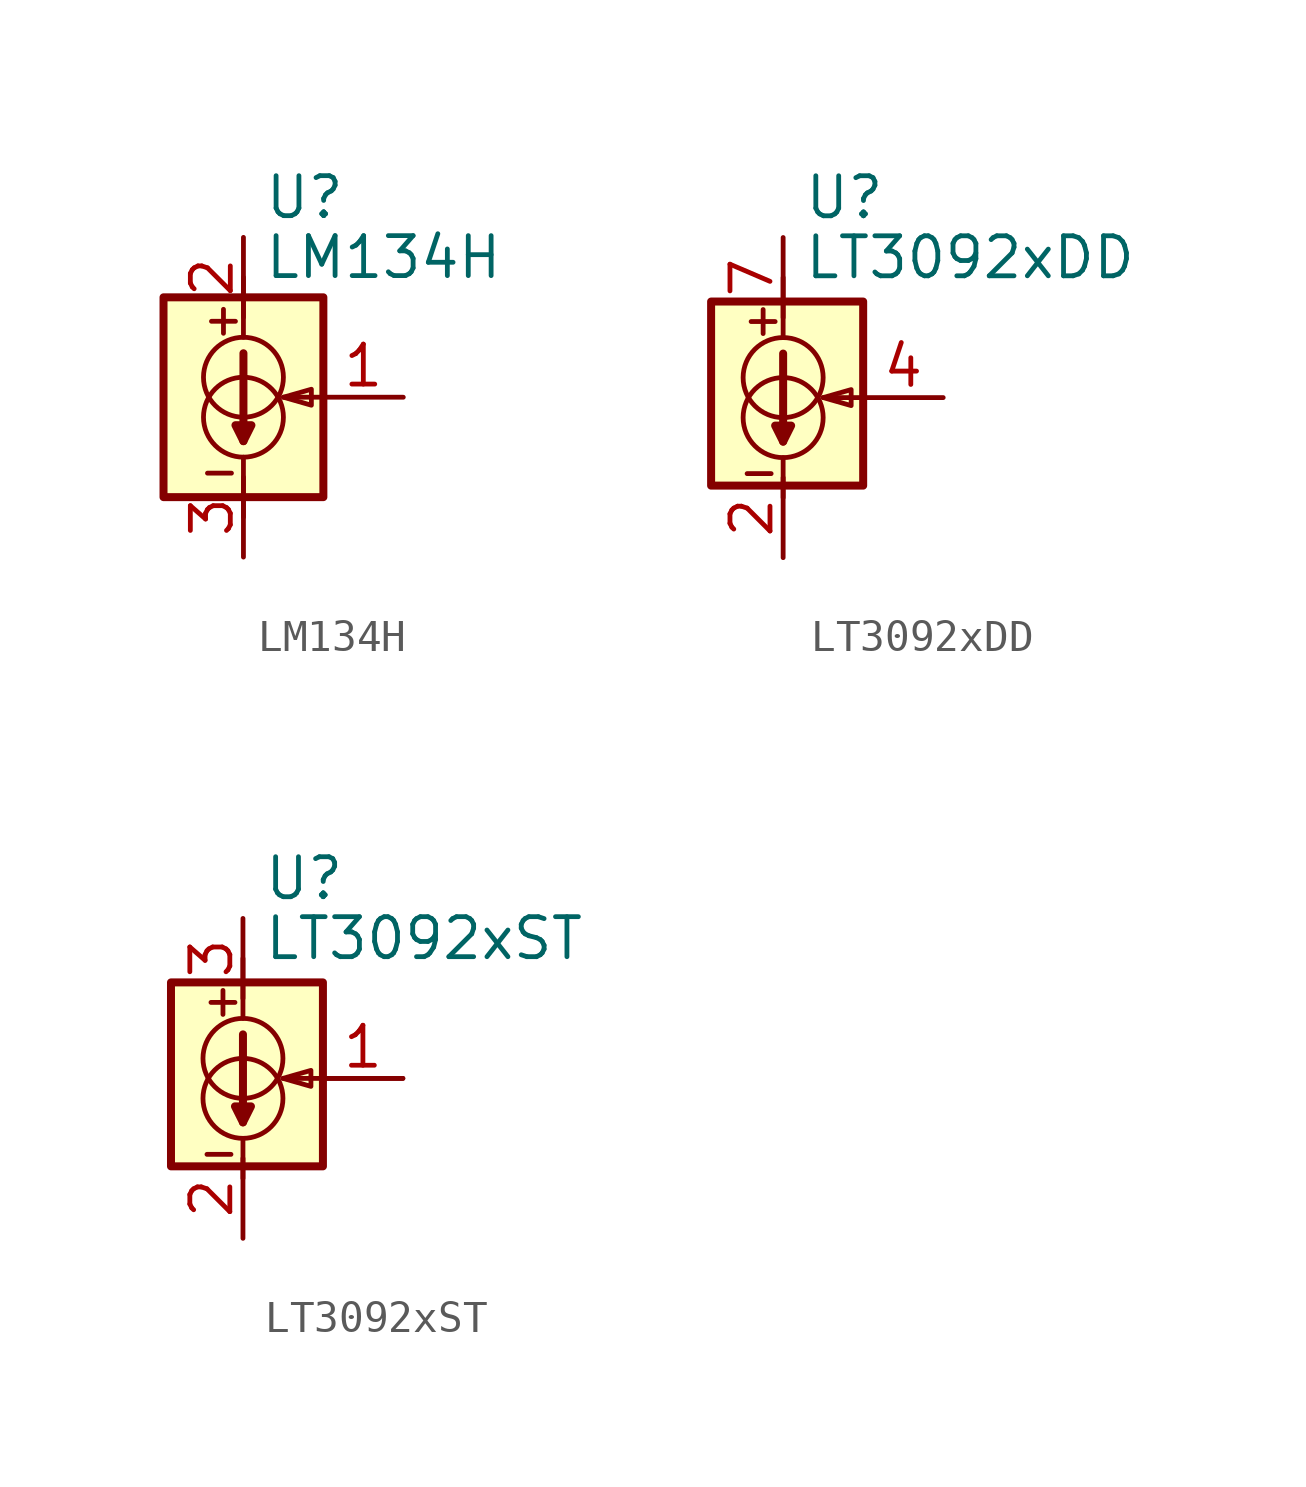
<source format=kicad_sym>
(kicad_symbol_lib
  (version 20220914)
  (generator kicad_symbol_editor)
  (symbol "LM134H"
    (property "Reference" "U"
      (at 0.635 6.35 0)
      (effects (font (size 1.27 1.27)) (justify left)))
    (property "Value" "LM134H"
      (at 0.635 4.445 0)
      (effects (font (size 1.27 1.27)) (justify left)))
    (symbol "LM134H_0_1"
      (rectangle (start -2.54 3.175) (end 2.54 -3.175) (stroke (width 0.254) (type default)) (fill (type background)))
      (circle (center 0 -0.635) (radius 1.27) (stroke (width 0) (type default)) (fill (type none)))
      (polyline (pts (xy -1.143 -2.413) (xy -0.381 -2.413)) (stroke (width 0) (type default)) (fill (type none)))
      (polyline (pts (xy -1.016 2.413) (xy -0.254 2.413)) (stroke (width 0) (type default)) (fill (type none)))
      (polyline (pts (xy -0.635 2.794) (xy -0.635 2.032)) (stroke (width 0) (type default)) (fill (type none)))
      (polyline (pts (xy 0 -1.905) (xy 0 -3.81)) (stroke (width 0) (type default)) (fill (type none)))
      (polyline (pts (xy 0 1.397) (xy 0 -1.397)) (stroke (width 0.254) (type default)) (fill (type none)))
      (polyline (pts (xy 0 3.81) (xy 0 1.905)) (stroke (width 0) (type default)) (fill (type none)))
      (polyline (pts (xy 2.54 0) (xy 1.27 0)) (stroke (width 0) (type default)) (fill (type none)))
      (polyline (pts (xy 0 -1.397) (xy -0.254 -0.889) (xy 0.254 -0.889) (xy 0 -1.397)) (stroke (width 0.254) (type default)) (fill (type none)))
      (polyline (pts (xy 1.27 0) (xy 2.159 0.254) (xy 2.159 -0.254) (xy 1.27 0)) (stroke (width 0) (type default)) (fill (type none)))
      (circle (center 0 0.635) (radius 1.27) (stroke (width 0) (type default)) (fill (type none))))
    (symbol "LM134H_1_1"
      (pin passive line (at 5.08 0 180) (length 2.54) (name "~" (effects (font (size 1.27 1.27)))) (number "1" (effects (font (size 1.27 1.27)))))
      (pin passive line (at 0 5.08 270) (length 2.54) (name "~" (effects (font (size 1.27 1.27)))) (number "2" (effects (font (size 1.27 1.27)))))
      (pin passive line (at 0 -5.08 90) (length 2.54) (name "~" (effects (font (size 1.27 1.27)))) (number "3" (effects (font (size 1.27 1.27)))))))
  (symbol "LT3092xDD"
    (property "Reference" "U"
      (at 0.635 6.35 0)
      (effects (font (size 1.27 1.27)) (justify left)))
    (property "Value" "LT3092xDD"
      (at 0.635 4.445 0)
      (effects (font (size 1.27 1.27)) (justify left)))
    (symbol "LT3092xDD_0_1"
      (rectangle (start -2.286 3.048) (end 2.54 -2.794) (stroke (width 0.254) (type default)) (fill (type background)))
      (circle (center 0 -0.635) (radius 1.27) (stroke (width 0) (type default)) (fill (type none)))
      (polyline (pts (xy -1.143 -2.413) (xy -0.381 -2.413)) (stroke (width 0) (type default)) (fill (type none)))
      (polyline (pts (xy -1.016 2.413) (xy -0.254 2.413)) (stroke (width 0) (type default)) (fill (type none)))
      (polyline (pts (xy -0.635 2.794) (xy -0.635 2.032)) (stroke (width 0) (type default)) (fill (type none)))
      (polyline (pts (xy 0 -1.905) (xy 0 -3.175)) (stroke (width 0) (type default)) (fill (type none)))
      (polyline (pts (xy 0 1.397) (xy 0 -1.397)) (stroke (width 0.254) (type default)) (fill (type none)))
      (polyline (pts (xy 0 3.81) (xy 0 1.905)) (stroke (width 0) (type default)) (fill (type none)))
      (polyline (pts (xy 2.54 0) (xy 1.27 0)) (stroke (width 0) (type default)) (fill (type none)))
      (polyline (pts (xy 0 -1.397) (xy -0.254 -0.889) (xy 0.254 -0.889) (xy 0 -1.397)) (stroke (width 0.254) (type default)) (fill (type none)))
      (polyline (pts (xy 1.27 0) (xy 2.159 0.254) (xy 2.159 -0.254) (xy 1.27 0)) (stroke (width 0) (type default)) (fill (type none)))
      (circle (center 0 0.635) (radius 1.27) (stroke (width 0) (type default)) (fill (type none))))
    (symbol "LT3092xDD_1_1"
      (pin passive line (at 0 -5.08 90) (length 2.54) hide (name "~" (effects (font (size 1.27 1.27)))) (number "1" (effects (font (size 1.27 1.27)))))
      (pin passive line (at 0 -5.08 90) (length 2.54) (name "~" (effects (font (size 1.27 1.27)))) (number "2" (effects (font (size 1.27 1.27)))))
      (pin no_connect line (at -1.27 2.54 0) (length 2.54) hide (name "NC" (effects (font (size 1.27 1.27)))) (number "3" (effects (font (size 1.27 1.27)))))
      (pin passive line (at 5.08 0 180) (length 2.54) (name "~" (effects (font (size 1.27 1.27)))) (number "4" (effects (font (size 1.27 1.27)))))
      (pin no_connect line (at -1.27 0 0) (length 2.54) hide (name "NC" (effects (font (size 1.27 1.27)))) (number "5" (effects (font (size 1.27 1.27)))))
      (pin no_connect line (at -1.27 -2.54 0) (length 2.54) hide (name "NC" (effects (font (size 1.27 1.27)))) (number "6" (effects (font (size 1.27 1.27)))))
      (pin passive line (at 0 5.08 270) (length 2.54) (name "~" (effects (font (size 1.27 1.27)))) (number "7" (effects (font (size 1.27 1.27)))))
      (pin passive line (at 0 5.08 270) (length 2.54) hide (name "~" (effects (font (size 1.27 1.27)))) (number "8" (effects (font (size 1.27 1.27)))))
      (pin passive line (at 0 -5.08 90) (length 2.54) hide (name "~" (effects (font (size 1.27 1.27)))) (number "9" (effects (font (size 1.27 1.27)))))))
  (symbol "LT3092xST"
    (property "Reference" "U"
      (at 0.635 6.35 0)
      (effects (font (size 1.27 1.27)) (justify left)))
    (property "Value" "LT3092xST"
      (at 0.635 4.445 0)
      (effects (font (size 1.27 1.27)) (justify left)))
    (symbol "LT3092xST_0_1"
      (rectangle (start -2.286 3.048) (end 2.54 -2.794) (stroke (width 0.254) (type default)) (fill (type background)))
      (circle (center 0 -0.635) (radius 1.27) (stroke (width 0) (type default)) (fill (type none)))
      (polyline (pts (xy -1.143 -2.413) (xy -0.381 -2.413)) (stroke (width 0) (type default)) (fill (type none)))
      (polyline (pts (xy -1.016 2.413) (xy -0.254 2.413)) (stroke (width 0) (type default)) (fill (type none)))
      (polyline (pts (xy -0.635 2.794) (xy -0.635 2.032)) (stroke (width 0) (type default)) (fill (type none)))
      (polyline (pts (xy 0 -1.905) (xy 0 -3.175)) (stroke (width 0) (type default)) (fill (type none)))
      (polyline (pts (xy 0 1.397) (xy 0 -1.397)) (stroke (width 0.254) (type default)) (fill (type none)))
      (polyline (pts (xy 0 3.81) (xy 0 1.905)) (stroke (width 0) (type default)) (fill (type none)))
      (polyline (pts (xy 5.08 0) (xy 1.27 0)) (stroke (width 0) (type default)) (fill (type none)))
      (polyline (pts (xy 0 -1.397) (xy -0.254 -0.889) (xy 0.254 -0.889) (xy 0 -1.397)) (stroke (width 0.254) (type default)) (fill (type none)))
      (polyline (pts (xy 1.27 0) (xy 2.159 0.254) (xy 2.159 -0.254) (xy 1.27 0)) (stroke (width 0) (type default)) (fill (type none)))
      (circle (center 0 0.635) (radius 1.27) (stroke (width 0) (type default)) (fill (type none))))
    (symbol "LT3092xST_1_1"
      (pin passive line (at 5.08 0 180) (length 2.54) (name "~" (effects (font (size 1.27 1.27)))) (number "1" (effects (font (size 1.27 1.27)))))
      (pin passive line (at 0 -5.08 90) (length 2.54) (name "~" (effects (font (size 1.27 1.27)))) (number "2" (effects (font (size 1.27 1.27)))))
      (pin passive line (at 0 5.08 270) (length 2.54) (name "~" (effects (font (size 1.27 1.27)))) (number "3" (effects (font (size 1.27 1.27))))))))
</source>
